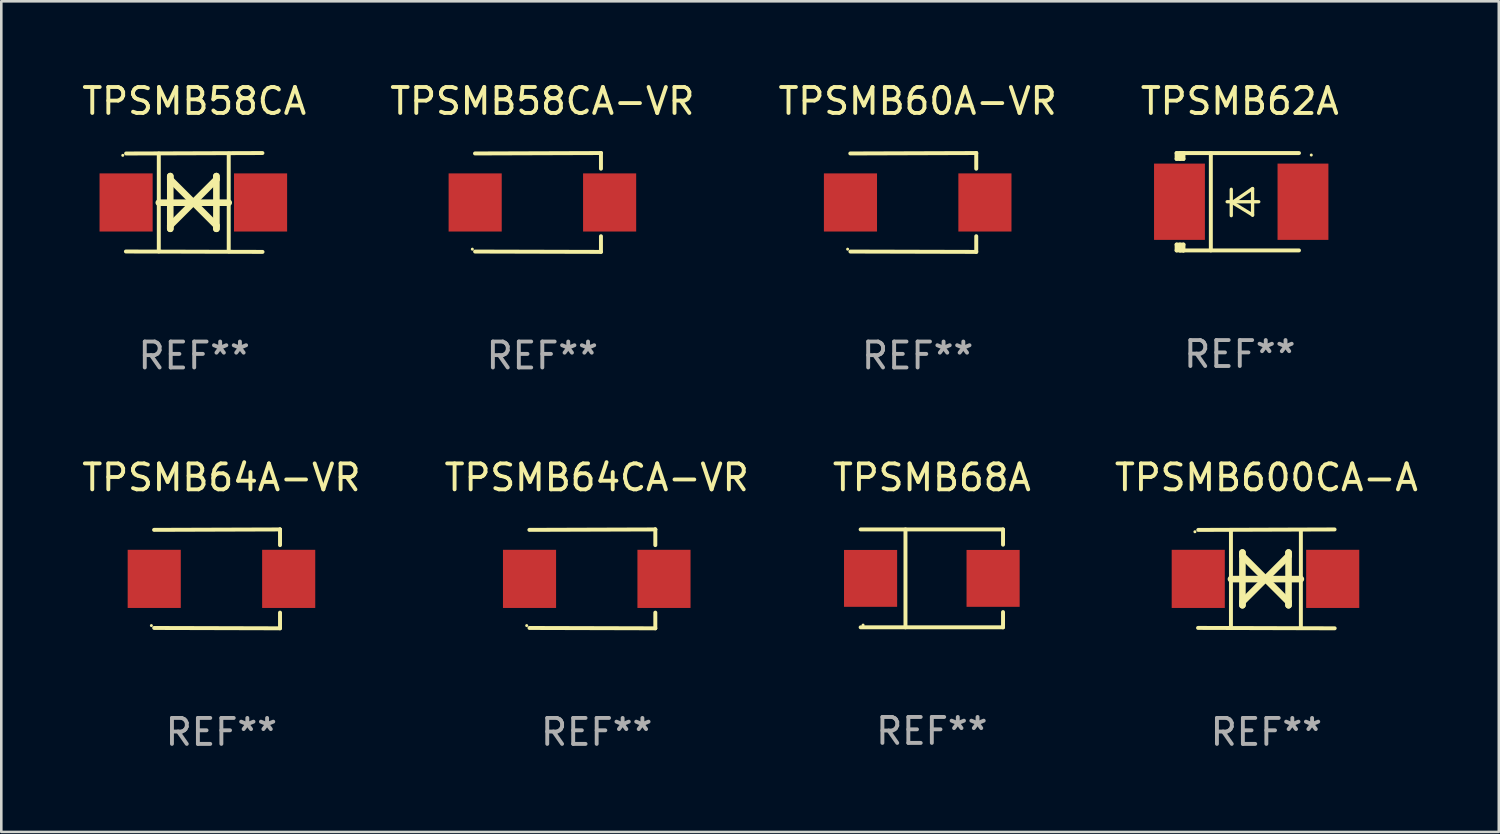
<source format=kicad_pcb>
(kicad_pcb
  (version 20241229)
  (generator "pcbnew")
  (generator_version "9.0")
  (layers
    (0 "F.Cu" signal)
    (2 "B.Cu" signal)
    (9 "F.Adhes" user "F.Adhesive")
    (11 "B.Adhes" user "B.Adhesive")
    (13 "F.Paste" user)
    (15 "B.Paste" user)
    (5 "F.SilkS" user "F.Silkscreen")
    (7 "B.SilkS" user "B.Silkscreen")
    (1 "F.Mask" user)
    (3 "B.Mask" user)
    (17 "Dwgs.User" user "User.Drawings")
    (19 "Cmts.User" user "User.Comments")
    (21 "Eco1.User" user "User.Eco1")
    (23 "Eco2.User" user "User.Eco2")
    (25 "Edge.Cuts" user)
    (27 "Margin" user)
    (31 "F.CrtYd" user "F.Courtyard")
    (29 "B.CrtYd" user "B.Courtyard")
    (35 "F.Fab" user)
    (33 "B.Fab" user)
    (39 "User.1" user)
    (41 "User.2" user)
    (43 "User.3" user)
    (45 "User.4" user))
  (footprint "TPSMB58CA"
    (layer "F.Cu")
    (at 4.435 4.753)
    (property "Reference" "TPSMB58CA" (at 0 -3.905 0) (layer "F.SilkS") (effects (font (size 1 1) (thickness 0.15))))
    (attr through_hole)
    (fp_line (start -1.365 1.886) (end -1.365 -1.886) (stroke (width 0.152) (type solid)) (layer "F.SilkS"))
    (fp_line (start -1.365 0.008) (end 1.33 0.008) (stroke (width 0.254) (type solid)) (layer "F.SilkS"))
    (fp_line (start -0.923 -1.016) (end -0.923 1.016) (stroke (width 0.254) (type solid)) (layer "F.SilkS"))
    (fp_line (start -0.923 -0.889) (end -0.923 -1.016) (stroke (width 0.254) (type solid)) (layer "F.SilkS"))
    (fp_line (start -0.923 0.889) (end -0.034 0) (stroke (width 0.254) (type solid)) (layer "F.SilkS"))
    (fp_line (start -0.923 1.016) (end -0.923 0.889) (stroke (width 0.254) (type solid)) (layer "F.SilkS"))
    (fp_line (start -0.034 0) (end -0.923 -0.889) (stroke (width 0.254) (type solid)) (layer "F.SilkS"))
    (fp_line (start -0.034 0) (end 0.855 0.889) (stroke (width 0.254) (type solid)) (layer "F.SilkS"))
    (fp_line (start 0.855 -1.016) (end 0.855 -0.889) (stroke (width 0.254) (type solid)) (layer "F.SilkS"))
    (fp_line (start 0.855 -0.889) (end -0.034 0) (stroke (width 0.254) (type solid)) (layer "F.SilkS"))
    (fp_line (start 0.855 0.889) (end 0.855 1.016) (stroke (width 0.254) (type solid)) (layer "F.SilkS"))
    (fp_line (start 0.855 1.016) (end 0.855 -1.016) (stroke (width 0.254) (type solid)) (layer "F.SilkS"))
    (fp_line (start 1.33 1.886) (end 1.33 -1.886) (stroke (width 0.152) (type solid)) (layer "F.SilkS"))
    (fp_line (start 2.629 -1.905) (end -2.625 -1.887) (stroke (width 0.152) (type solid)) (layer "F.SilkS"))
    (fp_line (start 2.633 1.905) (end -2.633 1.89) (stroke (width 0.152) (type solid)) (layer "F.SilkS"))
    (fp_circle (center -2.753 -1.816) (end -2.723 -1.816) (stroke (width 0.06) (type solid)) (fill no) (layer "F.SilkS"))
    (fp_text user "REF**" (at 0 5.905 0) (layer "F.Fab") (effects (font (size 1 1) (thickness 0.15))))
    (pad "1" smd rect (at -2.625 0) (size 2.047 2.241) (layers "F.Cu" "F.Mask" "F.Paste"))
    (pad "2" smd rect (at 2.557 0) (size 2.047 2.241) (layers "F.Cu" "F.Mask" "F.Paste")))
  (footprint "TPSMB58CA-VR"
    (layer "F.Cu")
    (at 17.851 4.753)
    (property "Reference" "TPSMB58CA-VR" (at 0 -3.905 0) (layer "F.SilkS") (effects (font (size 1 1) (thickness 0.15))))
    (attr through_hole)
    (fp_line (start 2.256 -1.905) (end -2.594 -1.889) (stroke (width 0.152) (type solid)) (layer "F.SilkS"))
    (fp_line (start 2.256 -1.905) (end 2.26 -1.905) (stroke (width 0.152) (type solid)) (layer "F.SilkS"))
    (fp_line (start 2.26 -1.905) (end 2.26 -1.301) (stroke (width 0.152) (type solid)) (layer "F.SilkS"))
    (fp_line (start 2.26 1.301) (end 2.26 1.905) (stroke (width 0.152) (type solid)) (layer "F.SilkS"))
    (fp_line (start 2.26 1.905) (end -2.59 1.892) (stroke (width 0.152) (type solid)) (layer "F.SilkS"))
    (fp_circle (center -2.697 1.8) (end -2.667 1.8) (stroke (width 0.06) (type solid)) (fill no) (layer "F.SilkS"))
    (fp_text user "REF**" (at 0 5.905 0) (layer "F.Fab") (effects (font (size 1 1) (thickness 0.15))))
    (pad "1" smd rect (at -2.588 0) (size 2.047 2.241) (layers "F.Cu" "F.Mask" "F.Paste"))
    (pad "2" smd rect (at 2.594 0) (size 2.047 2.241) (layers "F.Cu" "F.Mask" "F.Paste")))
  (footprint "TPSMB64A-VR"
    (layer "F.Cu")
    (at 5.482 19.26)
    (property "Reference" "TPSMB64A-VR" (at 0 -3.905 0) (layer "F.SilkS") (effects (font (size 1 1) (thickness 0.15))))
    (attr through_hole)
    (fp_line (start 2.256 -1.905) (end -2.594 -1.889) (stroke (width 0.152) (type solid)) (layer "F.SilkS"))
    (fp_line (start 2.256 -1.905) (end 2.26 -1.905) (stroke (width 0.152) (type solid)) (layer "F.SilkS"))
    (fp_line (start 2.26 -1.905) (end 2.26 -1.301) (stroke (width 0.152) (type solid)) (layer "F.SilkS"))
    (fp_line (start 2.26 1.301) (end 2.26 1.905) (stroke (width 0.152) (type solid)) (layer "F.SilkS"))
    (fp_line (start 2.26 1.905) (end -2.59 1.892) (stroke (width 0.152) (type solid)) (layer "F.SilkS"))
    (fp_circle (center -2.697 1.8) (end -2.667 1.8) (stroke (width 0.06) (type solid)) (fill no) (layer "F.SilkS"))
    (fp_text user "REF**" (at 0 5.905 0) (layer "F.Fab") (effects (font (size 1 1) (thickness 0.15))))
    (pad "1" smd rect (at -2.588 0) (size 2.047 2.241) (layers "F.Cu" "F.Mask" "F.Paste"))
    (pad "2" smd rect (at 2.594 0) (size 2.047 2.241) (layers "F.Cu" "F.Mask" "F.Paste")))
  (footprint "TPSMB64CA-VR"
    (layer "F.Cu")
    (at 19.946 19.26)
    (property "Reference" "TPSMB64CA-VR" (at 0 -3.905 0) (layer "F.SilkS") (effects (font (size 1 1) (thickness 0.15))))
    (attr through_hole)
    (fp_line (start 2.256 -1.905) (end -2.594 -1.889) (stroke (width 0.152) (type solid)) (layer "F.SilkS"))
    (fp_line (start 2.256 -1.905) (end 2.26 -1.905) (stroke (width 0.152) (type solid)) (layer "F.SilkS"))
    (fp_line (start 2.26 -1.905) (end 2.26 -1.301) (stroke (width 0.152) (type solid)) (layer "F.SilkS"))
    (fp_line (start 2.26 1.301) (end 2.26 1.905) (stroke (width 0.152) (type solid)) (layer "F.SilkS"))
    (fp_line (start 2.26 1.905) (end -2.59 1.892) (stroke (width 0.152) (type solid)) (layer "F.SilkS"))
    (fp_circle (center -2.697 1.8) (end -2.667 1.8) (stroke (width 0.06) (type solid)) (fill no) (layer "F.SilkS"))
    (fp_text user "REF**" (at 0 5.905 0) (layer "F.Fab") (effects (font (size 1 1) (thickness 0.15))))
    (pad "1" smd rect (at -2.588 0) (size 2.047 2.241) (layers "F.Cu" "F.Mask" "F.Paste"))
    (pad "2" smd rect (at 2.594 0) (size 2.047 2.241) (layers "F.Cu" "F.Mask" "F.Paste")))
  (footprint "TPSMB68A"
    (layer "F.Cu")
    (at 32.863 19.241)
    (property "Reference" "TPSMB68A" (at 0 -3.886 0) (layer "F.SilkS") (effects (font (size 1 1) (thickness 0.15))))
    (attr through_hole)
    (fp_line (start -2.744 -1.886) (end 2.744 -1.886) (stroke (width 0.152) (type solid)) (layer "F.SilkS"))
    (fp_line (start -2.744 1.886) (end 2.744 1.886) (stroke (width 0.152) (type solid)) (layer "F.SilkS"))
    (fp_line (start -1.016 -1.886) (end -1.016 1.886) (stroke (width 0.152) (type solid)) (layer "F.SilkS"))
    (fp_line (start 2.744 -1.886) (end 2.744 -1.299) (stroke (width 0.152) (type solid)) (layer "F.SilkS"))
    (fp_line (start 2.744 1.886) (end 2.744 1.299) (stroke (width 0.152) (type solid)) (layer "F.SilkS"))
    (fp_circle (center -2.65 1.8) (end -2.62 1.8) (stroke (width 0.06) (type solid)) (fill no) (layer "F.SilkS"))
    (fp_text user "REF**" (at 0 5.886 0) (layer "F.Fab") (effects (font (size 1 1) (thickness 0.15))))
    (pad "1" smd rect (at -2.361 0) (size 2.047 2.192) (layers "F.Cu" "F.Mask" "F.Paste"))
    (pad "2" smd rect (at 2.361 0) (size 2.047 2.192) (layers "F.Cu" "F.Mask" "F.Paste")))
  (footprint "TPSMB60A-VR"
    (layer "F.Cu")
    (at 32.315 4.753)
    (property "Reference" "TPSMB60A-VR" (at 0 -3.905 0) (layer "F.SilkS") (effects (font (size 1 1) (thickness 0.15))))
    (attr through_hole)
    (fp_line (start 2.256 -1.905) (end -2.594 -1.889) (stroke (width 0.152) (type solid)) (layer "F.SilkS"))
    (fp_line (start 2.256 -1.905) (end 2.26 -1.905) (stroke (width 0.152) (type solid)) (layer "F.SilkS"))
    (fp_line (start 2.26 -1.905) (end 2.26 -1.301) (stroke (width 0.152) (type solid)) (layer "F.SilkS"))
    (fp_line (start 2.26 1.301) (end 2.26 1.905) (stroke (width 0.152) (type solid)) (layer "F.SilkS"))
    (fp_line (start 2.26 1.905) (end -2.59 1.892) (stroke (width 0.152) (type solid)) (layer "F.SilkS"))
    (fp_circle (center -2.697 1.8) (end -2.667 1.8) (stroke (width 0.06) (type solid)) (fill no) (layer "F.SilkS"))
    (fp_text user "REF**" (at 0 5.905 0) (layer "F.Fab") (effects (font (size 1 1) (thickness 0.15))))
    (pad "1" smd rect (at -2.588 0) (size 2.047 2.241) (layers "F.Cu" "F.Mask" "F.Paste"))
    (pad "2" smd rect (at 2.594 0) (size 2.047 2.241) (layers "F.Cu" "F.Mask" "F.Paste")))
  (footprint "TPSMB62A"
    (layer "F.Cu")
    (at 44.732 4.725)
    (property "Reference" "TPSMB62A" (at 0 -3.876 0) (layer "F.SilkS") (effects (font (size 1 1) (thickness 0.15))))
    (attr through_hole)
    (fp_line (start -2.435 1.65) (end -2.171 1.65) (stroke (width 0.152) (type solid)) (layer "F.SilkS"))
    (fp_line (start -2.435 1.876) (end -2.435 1.65) (stroke (width 0.152) (type solid)) (layer "F.SilkS"))
    (fp_line (start -2.435 -1.876) (end -2.171 -1.876) (stroke (width 0.152) (type solid)) (layer "F.SilkS"))
    (fp_line (start -2.435 -1.65) (end -2.435 -1.876) (stroke (width 0.152) (type solid)) (layer "F.SilkS"))
    (fp_line (start -2.305 -1.866) (end -2.295 -1.876) (stroke (width 0.152) (type solid)) (layer "F.SilkS"))
    (fp_line (start -2.305 -1.65) (end -2.305 -1.866) (stroke (width 0.152) (type solid)) (layer "F.SilkS"))
    (fp_line (start -2.305 1.876) (end -2.305 1.65) (stroke (width 0.152) (type solid)) (layer "F.SilkS"))
    (fp_line (start -2.295 -1.876) (end -2.295 -1.65) (stroke (width 0.152) (type solid)) (layer "F.SilkS"))
    (fp_line (start -2.171 1.876) (end -2.435 1.876) (stroke (width 0.152) (type solid)) (layer "F.SilkS"))
    (fp_line (start -2.171 -1.65) (end -2.435 -1.65) (stroke (width 0.152) (type solid)) (layer "F.SilkS"))
    (fp_line (start -2.171 -1.876) (end -2.295 -1.876) (stroke (width 0.152) (type solid)) (layer "F.SilkS"))
    (fp_line (start -2.171 -1.65) (end -2.171 -1.876) (stroke (width 0.152) (type solid)) (layer "F.SilkS"))
    (fp_line (start -2.171 1.876) (end -2.305 1.876) (stroke (width 0.152) (type solid)) (layer "F.SilkS"))
    (fp_line (start -2.171 1.876) (end -2.171 1.65) (stroke (width 0.152) (type solid)) (layer "F.SilkS"))
    (fp_line (start -1.116 1.876) (end -1.116 -1.876) (stroke (width 0.152) (type solid)) (layer "F.SilkS"))
    (fp_line (start -0.488 0.000102) (end 0.731 0.000102) (stroke (width 0.127) (type solid)) (layer "F.SilkS"))
    (fp_line (start -0.329 -0.48) (end -0.329 0.536) (stroke (width 0.127) (type solid)) (layer "F.SilkS"))
    (fp_line (start -0.29 0.03) (end 0.493 0.51) (stroke (width 0.127) (type solid)) (layer "F.SilkS"))
    (fp_line (start 0.493 -0.51) (end -0.29 0.03) (stroke (width 0.127) (type solid)) (layer "F.SilkS"))
    (fp_line (start 0.493 0.52) (end 0.493 -0.496) (stroke (width 0.127) (type solid)) (layer "F.SilkS"))
    (fp_line (start 2.281 -1.876) (end -2.171 -1.876) (stroke (width 0.152) (type solid)) (layer "F.SilkS"))
    (fp_line (start 2.281 1.876) (end -2.171 1.876) (stroke (width 0.152) (type solid)) (layer "F.SilkS"))
    (fp_circle (center 2.755 -1.8) (end 2.785 -1.8) (stroke (width 0.06) (type solid)) (fill no) (layer "F.SilkS"))
    (fp_text user "REF**" (at 0 5.876 0) (layer "F.Fab") (effects (font (size 1 1) (thickness 0.15))))
    (pad "1" smd rect (at 2.435 -0.000025 180) (size 1.96 2.94) (layers "F.Cu" "F.Mask" "F.Paste"))
    (pad "2" smd rect (at -2.325 -0.000025 180) (size 1.96 2.94) (layers "F.Cu" "F.Mask" "F.Paste")))
  (footprint "TPSMB600CA-A"
    (layer "F.Cu")
    (at 45.756 19.26)
    (property "Reference" "TPSMB600CA-A" (at 0 -3.905 0) (layer "F.SilkS") (effects (font (size 1 1) (thickness 0.15))))
    (attr through_hole)
    (fp_line (start -1.365 1.886) (end -1.365 -1.886) (stroke (width 0.152) (type solid)) (layer "F.SilkS"))
    (fp_line (start -1.365 0.008) (end 1.33 0.008) (stroke (width 0.254) (type solid)) (layer "F.SilkS"))
    (fp_line (start -0.923 -1.016) (end -0.923 1.016) (stroke (width 0.254) (type solid)) (layer "F.SilkS"))
    (fp_line (start -0.923 -0.889) (end -0.923 -1.016) (stroke (width 0.254) (type solid)) (layer "F.SilkS"))
    (fp_line (start -0.923 0.889) (end -0.034 0) (stroke (width 0.254) (type solid)) (layer "F.SilkS"))
    (fp_line (start -0.923 1.016) (end -0.923 0.889) (stroke (width 0.254) (type solid)) (layer "F.SilkS"))
    (fp_line (start -0.034 0) (end -0.923 -0.889) (stroke (width 0.254) (type solid)) (layer "F.SilkS"))
    (fp_line (start -0.034 0) (end 0.855 0.889) (stroke (width 0.254) (type solid)) (layer "F.SilkS"))
    (fp_line (start 0.855 -1.016) (end 0.855 -0.889) (stroke (width 0.254) (type solid)) (layer "F.SilkS"))
    (fp_line (start 0.855 -0.889) (end -0.034 0) (stroke (width 0.254) (type solid)) (layer "F.SilkS"))
    (fp_line (start 0.855 0.889) (end 0.855 1.016) (stroke (width 0.254) (type solid)) (layer "F.SilkS"))
    (fp_line (start 0.855 1.016) (end 0.855 -1.016) (stroke (width 0.254) (type solid)) (layer "F.SilkS"))
    (fp_line (start 1.33 1.886) (end 1.33 -1.886) (stroke (width 0.152) (type solid)) (layer "F.SilkS"))
    (fp_line (start 2.629 -1.905) (end -2.625 -1.887) (stroke (width 0.152) (type solid)) (layer "F.SilkS"))
    (fp_line (start 2.633 1.905) (end -2.633 1.89) (stroke (width 0.152) (type solid)) (layer "F.SilkS"))
    (fp_circle (center -2.753 -1.816) (end -2.723 -1.816) (stroke (width 0.06) (type solid)) (fill no) (layer "F.SilkS"))
    (fp_text user "REF**" (at 0 5.905 0) (layer "F.Fab") (effects (font (size 1 1) (thickness 0.15))))
    (pad "1" smd rect (at -2.625 0) (size 2.047 2.241) (layers "F.Cu" "F.Mask" "F.Paste"))
    (pad "2" smd rect (at 2.557 0) (size 2.047 2.241) (layers "F.Cu" "F.Mask" "F.Paste")))
  (gr_rect
    (start -3 -3)
    (end 54.714 29.013)
    (stroke (width 0.1) (type default))
    (fill no)
    (layer "Edge.Cuts")))
</source>
